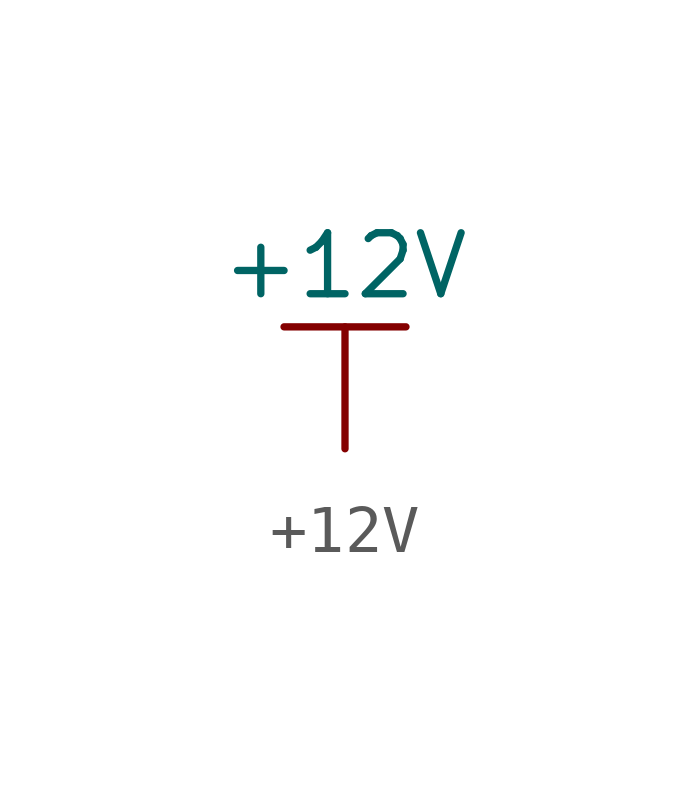
<source format=kicad_sym>
(kicad_symbol_lib
  (version 20211014)
  (generator kicad_symbol_editor)
  (symbol "+12V"
    (power)
    (pin_names
      (offset 0))
    (property "Reference" "#PWR"
      (at 0 -3.81 0)
      (effects (font (size 1.27 1.27)) hide))
    (property "Value" "+12V"
      (at 0 3.81 0)
      (effects (font (size 1.27 1.27))))
    (symbol "+12V_0_1"
      (polyline (pts (xy -1.27 2.54) (xy 1.27 2.54)) (stroke (width 0) (type default) (color 0 0 0 0)) (fill (type none)))
      (polyline (pts (xy 0 0) (xy 0 2.54)) (stroke (width 0) (type default) (color 0 0 0 0)) (fill (type none))))
    (symbol "+12V_1_1"
      (pin power_in line (at 0 0 90) (length 0) hide (name "+12V" (effects (font (size 1.27 1.27)))) (number "1" (effects (font (size 1.27 1.27))))))))
</source>
